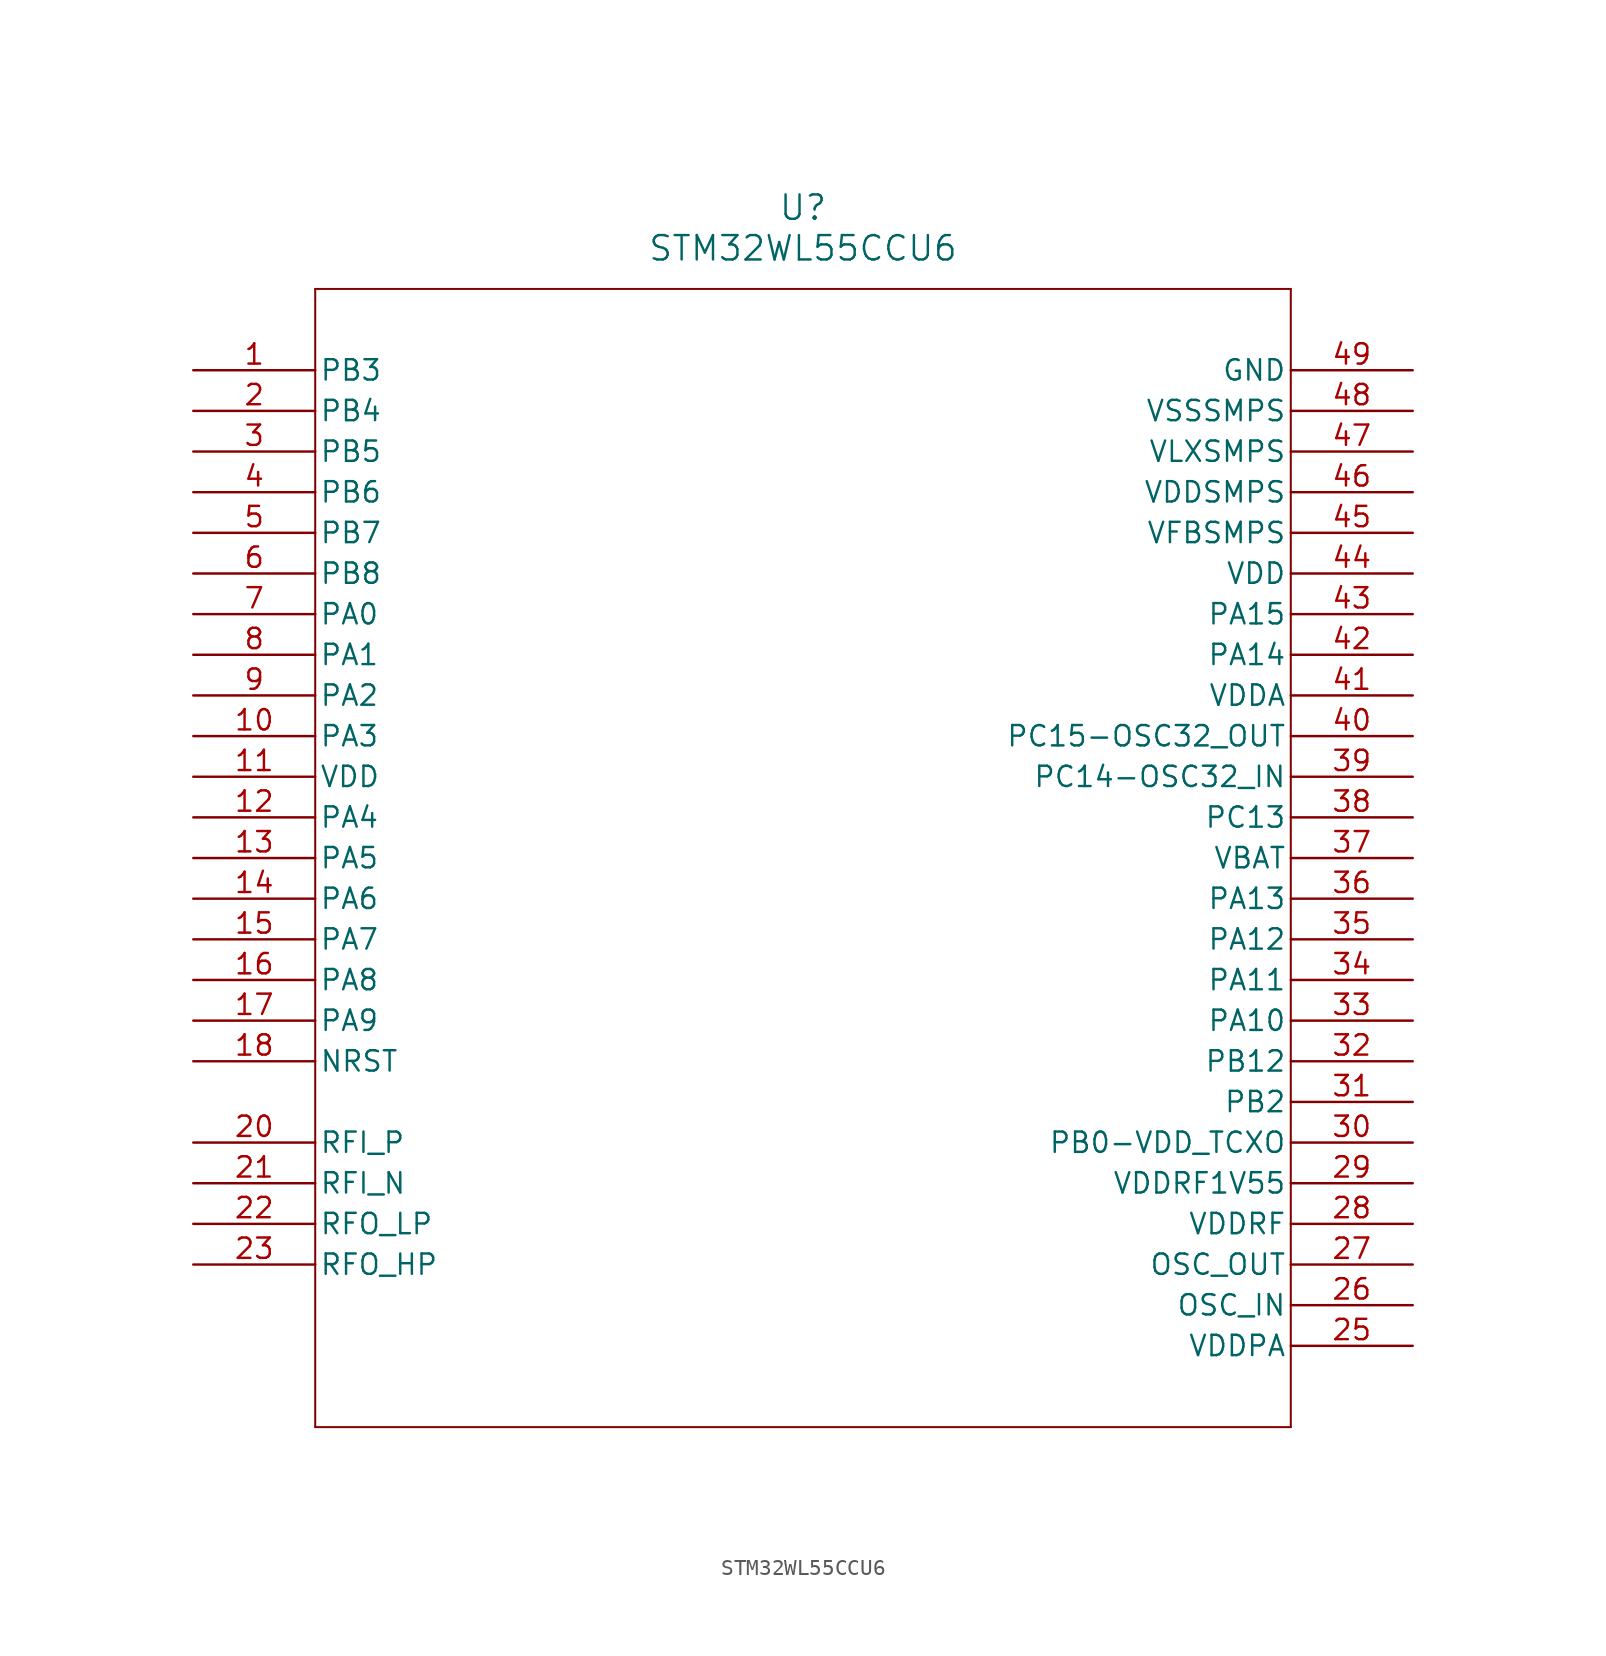
<source format=kicad_sym>
(kicad_symbol_lib
  (version 20211014)
  (generator kicad_symbol_editor)
  (symbol "STM32WL55CCU6"
    (pin_names
      (offset 0.254))
    (property "Reference" "U"
      (at 38.1 10.16 0)
      (effects (font (size 1.524 1.524))))
    (property "Value" "STM32WL55CCU6"
      (at 38.1 7.62 0)
      (effects (font (size 1.524 1.524))))
    (symbol "STM32WL55CCU6_0_1"
      (polyline (pts (xy 7.62 5.08) (xy 7.62 -66.04)) (stroke (width 0.127) (type default) (color 0 0 0 0)) (fill (type none)))
      (polyline (pts (xy 7.62 -66.04) (xy 68.58 -66.04)) (stroke (width 0.127) (type default) (color 0 0 0 0)) (fill (type none)))
      (polyline (pts (xy 68.58 -66.04) (xy 68.58 5.08)) (stroke (width 0.127) (type default) (color 0 0 0 0)) (fill (type none)))
      (polyline (pts (xy 68.58 5.08) (xy 7.62 5.08)) (stroke (width 0.127) (type default) (color 0 0 0 0)) (fill (type none)))
      (pin bidirectional line (at 0 0 0) (length 7.62) (name "PB3" (effects (font (size 1.27 1.27)))) (number "1" (effects (font (size 1.27 1.27)))))
      (pin bidirectional line (at 0 -2.54 0) (length 7.62) (name "PB4" (effects (font (size 1.27 1.27)))) (number "2" (effects (font (size 1.27 1.27)))))
      (pin bidirectional line (at 0 -5.08 0) (length 7.62) (name "PB5" (effects (font (size 1.27 1.27)))) (number "3" (effects (font (size 1.27 1.27)))))
      (pin bidirectional line (at 0 -7.62 0) (length 7.62) (name "PB6" (effects (font (size 1.27 1.27)))) (number "4" (effects (font (size 1.27 1.27)))))
      (pin bidirectional line (at 0 -10.16 0) (length 7.62) (name "PB7" (effects (font (size 1.27 1.27)))) (number "5" (effects (font (size 1.27 1.27)))))
      (pin bidirectional line (at 0 -12.7 0) (length 7.62) (name "PB8" (effects (font (size 1.27 1.27)))) (number "6" (effects (font (size 1.27 1.27)))))
      (pin bidirectional line (at 0 -15.24 0) (length 7.62) (name "PA0" (effects (font (size 1.27 1.27)))) (number "7" (effects (font (size 1.27 1.27)))))
      (pin bidirectional line (at 0 -17.78 0) (length 7.62) (name "PA1" (effects (font (size 1.27 1.27)))) (number "8" (effects (font (size 1.27 1.27)))))
      (pin bidirectional line (at 0 -20.32 0) (length 7.62) (name "PA2" (effects (font (size 1.27 1.27)))) (number "9" (effects (font (size 1.27 1.27)))))
      (pin bidirectional line (at 0 -22.86 0) (length 7.62) (name "PA3" (effects (font (size 1.27 1.27)))) (number "10" (effects (font (size 1.27 1.27)))))
      (pin power_in line (at 0 -25.4 0) (length 7.62) (name "VDD" (effects (font (size 1.27 1.27)))) (number "11" (effects (font (size 1.27 1.27)))))
      (pin bidirectional line (at 0 -27.94 0) (length 7.62) (name "PA4" (effects (font (size 1.27 1.27)))) (number "12" (effects (font (size 1.27 1.27)))))
      (pin bidirectional line (at 0 -30.48 0) (length 7.62) (name "PA5" (effects (font (size 1.27 1.27)))) (number "13" (effects (font (size 1.27 1.27)))))
      (pin bidirectional line (at 0 -33.02 0) (length 7.62) (name "PA6" (effects (font (size 1.27 1.27)))) (number "14" (effects (font (size 1.27 1.27)))))
      (pin bidirectional line (at 0 -35.56 0) (length 7.62) (name "PA7" (effects (font (size 1.27 1.27)))) (number "15" (effects (font (size 1.27 1.27)))))
      (pin bidirectional line (at 0 -38.1 0) (length 7.62) (name "PA8" (effects (font (size 1.27 1.27)))) (number "16" (effects (font (size 1.27 1.27)))))
      (pin bidirectional line (at 0 -40.64 0) (length 7.62) (name "PA9" (effects (font (size 1.27 1.27)))) (number "17" (effects (font (size 1.27 1.27)))))
      (pin unspecified line (at 0 -43.18 0) (length 7.62) (name "NRST" (effects (font (size 1.27 1.27)))) (number "18" (effects (font (size 1.27 1.27)))))
      (pin unspecified line (at 0 -48.26 0) (length 7.62) (name "RFI_P" (effects (font (size 1.27 1.27)))) (number "20" (effects (font (size 1.27 1.27)))))
      (pin unspecified line (at 0 -50.8 0) (length 7.62) (name "RFI_N" (effects (font (size 1.27 1.27)))) (number "21" (effects (font (size 1.27 1.27)))))
      (pin unspecified line (at 0 -53.34 0) (length 7.62) (name "RFO_LP" (effects (font (size 1.27 1.27)))) (number "22" (effects (font (size 1.27 1.27)))))
      (pin unspecified line (at 0 -55.88 0) (length 7.62) (name "RFO_HP" (effects (font (size 1.27 1.27)))) (number "23" (effects (font (size 1.27 1.27)))))
      (pin power_in line (at 76.2 -60.96 180) (length 7.62) (name "VDDPA" (effects (font (size 1.27 1.27)))) (number "25" (effects (font (size 1.27 1.27)))))
      (pin unspecified line (at 76.2 -58.42 180) (length 7.62) (name "OSC_IN" (effects (font (size 1.27 1.27)))) (number "26" (effects (font (size 1.27 1.27)))))
      (pin output line (at 76.2 -55.88 180) (length 7.62) (name "OSC_OUT" (effects (font (size 1.27 1.27)))) (number "27" (effects (font (size 1.27 1.27)))))
      (pin power_in line (at 76.2 -53.34 180) (length 7.62) (name "VDDRF" (effects (font (size 1.27 1.27)))) (number "28" (effects (font (size 1.27 1.27)))))
      (pin power_in line (at 76.2 -50.8 180) (length 7.62) (name "VDDRF1V55" (effects (font (size 1.27 1.27)))) (number "29" (effects (font (size 1.27 1.27)))))
      (pin power_in line (at 76.2 -48.26 180) (length 7.62) (name "PB0-VDD_TCXO" (effects (font (size 1.27 1.27)))) (number "30" (effects (font (size 1.27 1.27)))))
      (pin bidirectional line (at 76.2 -45.72 180) (length 7.62) (name "PB2" (effects (font (size 1.27 1.27)))) (number "31" (effects (font (size 1.27 1.27)))))
      (pin bidirectional line (at 76.2 -43.18 180) (length 7.62) (name "PB12" (effects (font (size 1.27 1.27)))) (number "32" (effects (font (size 1.27 1.27)))))
      (pin bidirectional line (at 76.2 -40.64 180) (length 7.62) (name "PA10" (effects (font (size 1.27 1.27)))) (number "33" (effects (font (size 1.27 1.27)))))
      (pin bidirectional line (at 76.2 -38.1 180) (length 7.62) (name "PA11" (effects (font (size 1.27 1.27)))) (number "34" (effects (font (size 1.27 1.27)))))
      (pin bidirectional line (at 76.2 -35.56 180) (length 7.62) (name "PA12" (effects (font (size 1.27 1.27)))) (number "35" (effects (font (size 1.27 1.27)))))
      (pin bidirectional line (at 76.2 -33.02 180) (length 7.62) (name "PA13" (effects (font (size 1.27 1.27)))) (number "36" (effects (font (size 1.27 1.27)))))
      (pin unspecified line (at 76.2 -30.48 180) (length 7.62) (name "VBAT" (effects (font (size 1.27 1.27)))) (number "37" (effects (font (size 1.27 1.27)))))
      (pin bidirectional line (at 76.2 -27.94 180) (length 7.62) (name "PC13" (effects (font (size 1.27 1.27)))) (number "38" (effects (font (size 1.27 1.27)))))
      (pin bidirectional line (at 76.2 -25.4 180) (length 7.62) (name "PC14-OSC32_IN" (effects (font (size 1.27 1.27)))) (number "39" (effects (font (size 1.27 1.27)))))
      (pin output line (at 76.2 -22.86 180) (length 7.62) (name "PC15-OSC32_OUT" (effects (font (size 1.27 1.27)))) (number "40" (effects (font (size 1.27 1.27)))))
      (pin power_in line (at 76.2 -20.32 180) (length 7.62) (name "VDDA" (effects (font (size 1.27 1.27)))) (number "41" (effects (font (size 1.27 1.27)))))
      (pin bidirectional line (at 76.2 -17.78 180) (length 7.62) (name "PA14" (effects (font (size 1.27 1.27)))) (number "42" (effects (font (size 1.27 1.27)))))
      (pin bidirectional line (at 76.2 -15.24 180) (length 7.62) (name "PA15" (effects (font (size 1.27 1.27)))) (number "43" (effects (font (size 1.27 1.27)))))
      (pin power_in line (at 76.2 -12.7 180) (length 7.62) (name "VDD" (effects (font (size 1.27 1.27)))) (number "44" (effects (font (size 1.27 1.27)))))
      (pin unspecified line (at 76.2 -10.16 180) (length 7.62) (name "VFBSMPS" (effects (font (size 1.27 1.27)))) (number "45" (effects (font (size 1.27 1.27)))))
      (pin power_in line (at 76.2 -7.62 180) (length 7.62) (name "VDDSMPS" (effects (font (size 1.27 1.27)))) (number "46" (effects (font (size 1.27 1.27)))))
      (pin unspecified line (at 76.2 -5.08 180) (length 7.62) (name "VLXSMPS" (effects (font (size 1.27 1.27)))) (number "47" (effects (font (size 1.27 1.27)))))
      (pin power_out line (at 76.2 -2.54 180) (length 7.62) (name "VSSSMPS" (effects (font (size 1.27 1.27)))) (number "48" (effects (font (size 1.27 1.27)))))
      (pin power_out line (at 76.2 0 180) (length 7.62) (name "GND" (effects (font (size 1.27 1.27)))) (number "49" (effects (font (size 1.27 1.27))))))))
</source>
